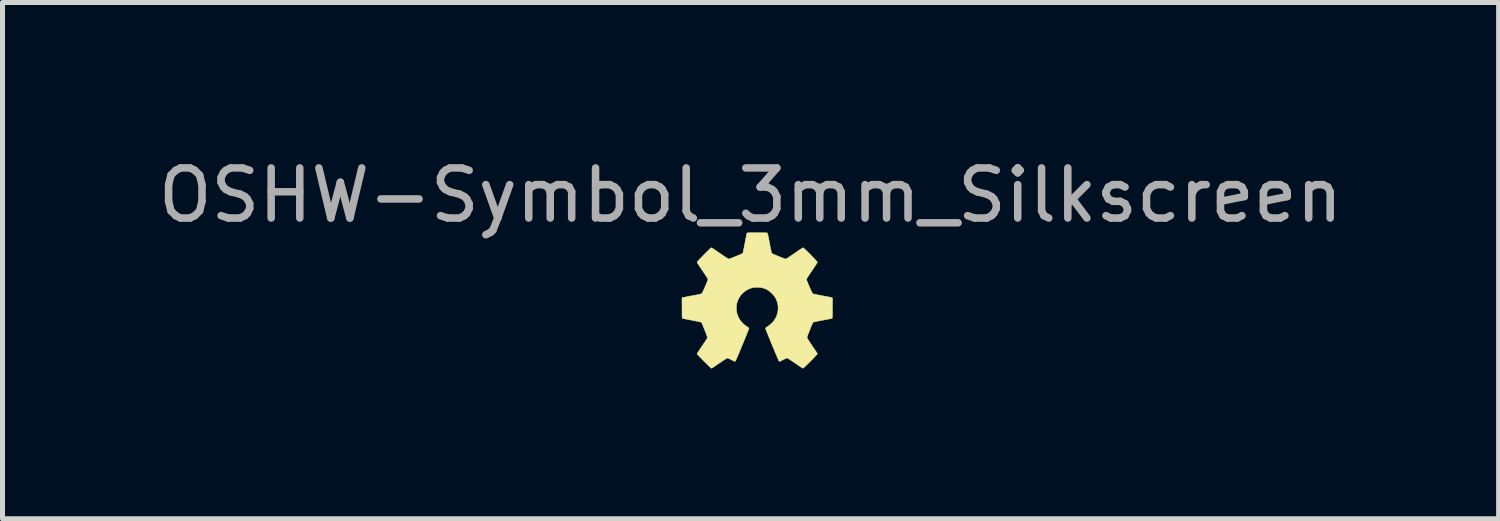
<source format=kicad_pcb>
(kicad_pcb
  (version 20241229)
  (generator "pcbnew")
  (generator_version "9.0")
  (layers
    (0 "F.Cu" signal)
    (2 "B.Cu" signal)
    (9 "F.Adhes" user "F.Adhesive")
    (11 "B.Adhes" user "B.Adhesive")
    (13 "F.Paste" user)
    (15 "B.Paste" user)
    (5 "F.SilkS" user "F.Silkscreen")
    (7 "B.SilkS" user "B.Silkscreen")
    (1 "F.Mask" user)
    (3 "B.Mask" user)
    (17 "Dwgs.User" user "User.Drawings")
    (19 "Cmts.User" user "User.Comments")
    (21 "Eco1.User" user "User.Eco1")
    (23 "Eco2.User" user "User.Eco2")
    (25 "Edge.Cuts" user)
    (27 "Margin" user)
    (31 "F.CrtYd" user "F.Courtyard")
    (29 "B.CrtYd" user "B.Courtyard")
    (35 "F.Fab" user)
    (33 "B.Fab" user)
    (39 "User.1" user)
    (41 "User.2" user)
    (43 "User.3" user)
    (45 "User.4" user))
  (footprint "OSHW-Symbol_3mm_Silkscreen"
    (layer "F.Cu")
    (at 12.065 2.948)
    (property "Reference" "OSHW-Symbol_3mm_Silkscreen" (at -0.13 -2.1 0) (layer "F.Fab") (effects (font (size 1 1) (thickness 0.15))))
    (attr exclude_from_pos_files exclude_from_bom)
    (fp_poly (pts (xy 0.053 -1.351) (xy 0.094 -1.351) (xy 0.127 -1.351) (xy 0.153 -1.351) (xy 0.172 -1.35) (xy 0.186 -1.349) (xy 0.196 -1.348) (xy 0.202 -1.347) (xy 0.205 -1.345) (xy 0.207 -1.343) (xy 0.208 -1.341) (xy 0.21 -1.334) (xy 0.214 -1.318) (xy 0.219 -1.295) (xy 0.225 -1.265) (xy 0.232 -1.229) (xy 0.24 -1.189) (xy 0.248 -1.147) (xy 0.249 -1.14) (xy 0.257 -1.096) (xy 0.265 -1.056) (xy 0.273 -1.021) (xy 0.279 -0.99) (xy 0.284 -0.966) (xy 0.289 -0.949) (xy 0.291 -0.941) (xy 0.292 -0.941) (xy 0.298 -0.937) (xy 0.313 -0.93) (xy 0.334 -0.92) (xy 0.36 -0.909) (xy 0.39 -0.896) (xy 0.421 -0.883) (xy 0.453 -0.87) (xy 0.484 -0.858) (xy 0.512 -0.847) (xy 0.537 -0.838) (xy 0.555 -0.831) (xy 0.567 -0.827) (xy 0.569 -0.827) (xy 0.576 -0.829) (xy 0.59 -0.836) (xy 0.61 -0.848) (xy 0.637 -0.866) (xy 0.672 -0.889) (xy 0.714 -0.917) (xy 0.739 -0.934) (xy 0.781 -0.963) (xy 0.816 -0.987) (xy 0.845 -1.007) (xy 0.867 -1.022) (xy 0.884 -1.033) (xy 0.897 -1.041) (xy 0.906 -1.046) (xy 0.912 -1.049) (xy 0.916 -1.05) (xy 0.92 -1.05) (xy 0.922 -1.05) (xy 0.924 -1.049) (xy 0.93 -1.045) (xy 0.942 -1.034) (xy 0.96 -1.018) (xy 0.981 -0.997) (xy 1.005 -0.974) (xy 1.032 -0.947) (xy 1.059 -0.92) (xy 1.087 -0.892) (xy 1.113 -0.864) (xy 1.138 -0.838) (xy 1.161 -0.814) (xy 1.179 -0.794) (xy 1.193 -0.778) (xy 1.202 -0.768) (xy 1.204 -0.764) (xy 1.201 -0.758) (xy 1.193 -0.744) (xy 1.181 -0.724) (xy 1.164 -0.698) (xy 1.145 -0.668) (xy 1.122 -0.635) (xy 1.098 -0.599) (xy 1.095 -0.594) (xy 1.062 -0.546) (xy 1.035 -0.506) (xy 1.014 -0.473) (xy 0.998 -0.448) (xy 0.989 -0.431) (xy 0.986 -0.422) (xy 0.986 -0.422) (xy 0.988 -0.413) (xy 0.993 -0.396) (xy 1.002 -0.374) (xy 1.013 -0.347) (xy 1.025 -0.316) (xy 1.039 -0.284) (xy 1.053 -0.252) (xy 1.067 -0.221) (xy 1.08 -0.192) (xy 1.091 -0.168) (xy 1.101 -0.149) (xy 1.108 -0.137) (xy 1.11 -0.134) (xy 1.117 -0.132) (xy 1.134 -0.128) (xy 1.157 -0.122) (xy 1.187 -0.116) (xy 1.222 -0.109) (xy 1.262 -0.101) (xy 1.301 -0.094) (xy 1.343 -0.086) (xy 1.382 -0.079) (xy 1.417 -0.072) (xy 1.447 -0.066) (xy 1.47 -0.061) (xy 1.486 -0.058) (xy 1.492 -0.056) (xy 1.504 -0.051) (xy 1.504 0.152) (xy 1.504 0.203) (xy 1.504 0.244) (xy 1.503 0.278) (xy 1.503 0.304) (xy 1.502 0.323) (xy 1.502 0.337) (xy 1.5 0.347) (xy 1.499 0.353) (xy 1.497 0.356) (xy 1.495 0.358) (xy 1.495 0.358) (xy 1.488 0.36) (xy 1.472 0.363) (xy 1.449 0.368) (xy 1.419 0.374) (xy 1.384 0.381) (xy 1.345 0.389) (xy 1.303 0.396) (xy 1.252 0.406) (xy 1.211 0.414) (xy 1.178 0.421) (xy 1.153 0.427) (xy 1.134 0.431) (xy 1.122 0.435) (xy 1.116 0.438) (xy 1.114 0.439) (xy 1.111 0.446) (xy 1.104 0.461) (xy 1.095 0.483) (xy 1.083 0.511) (xy 1.07 0.543) (xy 1.056 0.578) (xy 1.051 0.59) (xy 1.033 0.637) (xy 1.018 0.675) (xy 1.007 0.705) (xy 1 0.727) (xy 0.997 0.741) (xy 0.997 0.746) (xy 1 0.753) (xy 1.009 0.767) (xy 1.022 0.788) (xy 1.038 0.814) (xy 1.058 0.844) (xy 1.081 0.878) (xy 1.101 0.908) (xy 1.125 0.943) (xy 1.147 0.975) (xy 1.166 1.004) (xy 1.182 1.029) (xy 1.194 1.048) (xy 1.202 1.061) (xy 1.204 1.066) (xy 1.2 1.071) (xy 1.191 1.083) (xy 1.175 1.1) (xy 1.154 1.122) (xy 1.13 1.148) (xy 1.102 1.177) (xy 1.071 1.207) (xy 1.063 1.216) (xy 1.026 1.252) (xy 0.996 1.282) (xy 0.971 1.306) (xy 0.952 1.324) (xy 0.937 1.337) (xy 0.926 1.346) (xy 0.918 1.351) (xy 0.913 1.353) (xy 0.911 1.353) (xy 0.905 1.349) (xy 0.891 1.341) (xy 0.871 1.328) (xy 0.846 1.311) (xy 0.817 1.291) (xy 0.784 1.269) (xy 0.755 1.249) (xy 0.72 1.225) (xy 0.688 1.204) (xy 0.659 1.185) (xy 0.635 1.169) (xy 0.616 1.157) (xy 0.603 1.15) (xy 0.598 1.148) (xy 0.59 1.15) (xy 0.576 1.157) (xy 0.555 1.166) (xy 0.532 1.178) (xy 0.521 1.184) (xy 0.497 1.196) (xy 0.476 1.207) (xy 0.459 1.214) (xy 0.448 1.218) (xy 0.445 1.218) (xy 0.443 1.216) (xy 0.438 1.209) (xy 0.432 1.197) (xy 0.424 1.18) (xy 0.413 1.157) (xy 0.401 1.128) (xy 0.385 1.091) (xy 0.366 1.047) (xy 0.345 0.995) (xy 0.319 0.935) (xy 0.302 0.892) (xy 0.279 0.838) (xy 0.258 0.786) (xy 0.238 0.737) (xy 0.22 0.693) (xy 0.204 0.654) (xy 0.191 0.62) (xy 0.18 0.593) (xy 0.173 0.573) (xy 0.168 0.561) (xy 0.168 0.558) (xy 0.172 0.549) (xy 0.184 0.538) (xy 0.189 0.535) (xy 0.204 0.525) (xy 0.223 0.512) (xy 0.243 0.497) (xy 0.247 0.494) (xy 0.297 0.452) (xy 0.338 0.403) (xy 0.372 0.351) (xy 0.396 0.294) (xy 0.413 0.234) (xy 0.42 0.173) (xy 0.418 0.11) (xy 0.407 0.047) (xy 0.389 -0.006) (xy 0.373 -0.041) (xy 0.354 -0.072) (xy 0.331 -0.103) (xy 0.301 -0.136) (xy 0.295 -0.142) (xy 0.25 -0.182) (xy 0.203 -0.214) (xy 0.152 -0.237) (xy 0.114 -0.25) (xy 0.078 -0.257) (xy 0.036 -0.262) (xy -0.009 -0.262) (xy -0.053 -0.26) (xy -0.093 -0.254) (xy -0.109 -0.25) (xy -0.169 -0.228) (xy -0.224 -0.197) (xy -0.274 -0.159) (xy -0.318 -0.114) (xy -0.354 -0.063) (xy -0.383 -0.008) (xy -0.403 0.052) (xy -0.407 0.068) (xy -0.415 0.132) (xy -0.413 0.195) (xy -0.402 0.257) (xy -0.382 0.317) (xy -0.354 0.372) (xy -0.317 0.424) (xy -0.272 0.47) (xy -0.242 0.494) (xy -0.223 0.508) (xy -0.203 0.522) (xy -0.187 0.533) (xy -0.184 0.535) (xy -0.17 0.546) (xy -0.163 0.556) (xy -0.163 0.558) (xy -0.164 0.564) (xy -0.17 0.579) (xy -0.179 0.602) (xy -0.19 0.632) (xy -0.205 0.668) (xy -0.222 0.709) (xy -0.24 0.755) (xy -0.261 0.805) (xy -0.282 0.858) (xy -0.297 0.892) (xy -0.324 0.959) (xy -0.348 1.016) (xy -0.369 1.065) (xy -0.386 1.106) (xy -0.401 1.14) (xy -0.413 1.167) (xy -0.422 1.187) (xy -0.43 1.202) (xy -0.435 1.212) (xy -0.439 1.217) (xy -0.44 1.218) (xy -0.448 1.216) (xy -0.462 1.21) (xy -0.482 1.201) (xy -0.506 1.19) (xy -0.516 1.184) (xy -0.541 1.171) (xy -0.562 1.161) (xy -0.58 1.153) (xy -0.591 1.149) (xy -0.593 1.148) (xy -0.599 1.151) (xy -0.613 1.159) (xy -0.633 1.171) (xy -0.658 1.187) (xy -0.688 1.207) (xy -0.721 1.229) (xy -0.75 1.249) (xy -0.784 1.272) (xy -0.817 1.294) (xy -0.846 1.314) (xy -0.87 1.33) (xy -0.889 1.343) (xy -0.902 1.35) (xy -0.906 1.353) (xy -0.91 1.353) (xy -0.916 1.35) (xy -0.925 1.343) (xy -0.937 1.333) (xy -0.954 1.318) (xy -0.975 1.297) (xy -1.002 1.271) (xy -1.035 1.238) (xy -1.058 1.216) (xy -1.089 1.184) (xy -1.118 1.155) (xy -1.143 1.128) (xy -1.165 1.105) (xy -1.182 1.087) (xy -1.193 1.074) (xy -1.199 1.067) (xy -1.199 1.066) (xy -1.196 1.06) (xy -1.188 1.046) (xy -1.176 1.027) (xy -1.159 1.002) (xy -1.14 0.972) (xy -1.118 0.94) (xy -1.096 0.908) (xy -1.073 0.873) (xy -1.05 0.84) (xy -1.031 0.811) (xy -1.015 0.785) (xy -1.002 0.765) (xy -0.994 0.752) (xy -0.992 0.746) (xy -0.993 0.737) (xy -0.997 0.72) (xy -1.005 0.696) (xy -1.017 0.664) (xy -1.033 0.622) (xy -1.046 0.59) (xy -1.061 0.554) (xy -1.074 0.521) (xy -1.086 0.491) (xy -1.096 0.468) (xy -1.104 0.45) (xy -1.109 0.441) (xy -1.109 0.439) (xy -1.114 0.437) (xy -1.123 0.433) (xy -1.138 0.429) (xy -1.161 0.424) (xy -1.19 0.417) (xy -1.228 0.41) (xy -1.274 0.401) (xy -1.298 0.396) (xy -1.34 0.388) (xy -1.379 0.381) (xy -1.414 0.374) (xy -1.444 0.368) (xy -1.467 0.363) (xy -1.483 0.36) (xy -1.49 0.358) (xy -1.492 0.357) (xy -1.494 0.354) (xy -1.495 0.348) (xy -1.496 0.339) (xy -1.497 0.325) (xy -1.498 0.306) (xy -1.498 0.281) (xy -1.498 0.249) (xy -1.499 0.208) (xy -1.499 0.159) (xy -1.499 -0.051) (xy -1.487 -0.056) (xy -1.48 -0.058) (xy -1.463 -0.061) (xy -1.439 -0.066) (xy -1.409 -0.072) (xy -1.374 -0.079) (xy -1.334 -0.087) (xy -1.296 -0.094) (xy -1.254 -0.102) (xy -1.215 -0.109) (xy -1.18 -0.116) (xy -1.15 -0.123) (xy -1.127 -0.128) (xy -1.112 -0.132) (xy -1.105 -0.134) (xy -1.1 -0.141) (xy -1.093 -0.155) (xy -1.082 -0.176) (xy -1.07 -0.202) (xy -1.057 -0.231) (xy -1.043 -0.263) (xy -1.029 -0.295) (xy -1.015 -0.327) (xy -1.003 -0.357) (xy -0.993 -0.382) (xy -0.986 -0.403) (xy -0.981 -0.417) (xy -0.98 -0.422) (xy -0.983 -0.43) (xy -0.992 -0.447) (xy -1.007 -0.471) (xy -1.028 -0.503) (xy -1.055 -0.543) (xy -1.087 -0.591) (xy -1.09 -0.594) (xy -1.114 -0.63) (xy -1.137 -0.664) (xy -1.157 -0.694) (xy -1.174 -0.721) (xy -1.187 -0.741) (xy -1.195 -0.756) (xy -1.199 -0.764) (xy -1.199 -0.764) (xy -1.195 -0.77) (xy -1.186 -0.781) (xy -1.17 -0.798) (xy -1.151 -0.819) (xy -1.128 -0.844) (xy -1.102 -0.87) (xy -1.075 -0.898) (xy -1.048 -0.926) (xy -1.02 -0.954) (xy -0.994 -0.979) (xy -0.971 -1.002) (xy -0.95 -1.022) (xy -0.934 -1.037) (xy -0.923 -1.046) (xy -0.918 -1.049) (xy -0.916 -1.05) (xy -0.912 -1.05) (xy -0.908 -1.05) (xy -0.903 -1.047) (xy -0.894 -1.043) (xy -0.883 -1.036) (xy -0.867 -1.025) (xy -0.847 -1.012) (xy -0.82 -0.994) (xy -0.788 -0.971) (xy -0.747 -0.944) (xy -0.733 -0.934) (xy -0.687 -0.902) (xy -0.649 -0.877) (xy -0.618 -0.856) (xy -0.594 -0.842) (xy -0.577 -0.832) (xy -0.567 -0.828) (xy -0.564 -0.827) (xy -0.556 -0.829) (xy -0.54 -0.835) (xy -0.518 -0.843) (xy -0.491 -0.853) (xy -0.461 -0.865) (xy -0.43 -0.878) (xy -0.398 -0.891) (xy -0.367 -0.904) (xy -0.339 -0.916) (xy -0.316 -0.926) (xy -0.298 -0.934) (xy -0.288 -0.94) (xy -0.286 -0.941) (xy -0.284 -0.947) (xy -0.28 -0.962) (xy -0.275 -0.985) (xy -0.269 -1.015) (xy -0.261 -1.05) (xy -0.254 -1.089) (xy -0.246 -1.132) (xy -0.244 -1.139) (xy -0.236 -1.183) (xy -0.228 -1.223) (xy -0.221 -1.259) (xy -0.215 -1.29) (xy -0.21 -1.315) (xy -0.206 -1.332) (xy -0.203 -1.341) (xy -0.203 -1.341) (xy -0.201 -1.344) (xy -0.199 -1.346) (xy -0.194 -1.348) (xy -0.186 -1.349) (xy -0.175 -1.35) (xy -0.158 -1.35) (xy -0.136 -1.351) (xy -0.106 -1.351) (xy -0.07 -1.351) (xy -0.024 -1.351) (xy 0.003 -1.351) (xy 0.053 -1.351)) (stroke (width 0.01) (type solid)) (fill yes) (layer "F.SilkS")))
  (gr_rect
    (start -3 -3)
    (end 26.869 7.307)
    (stroke (width 0.1) (type default))
    (fill no)
    (layer "Edge.Cuts")))
</source>
